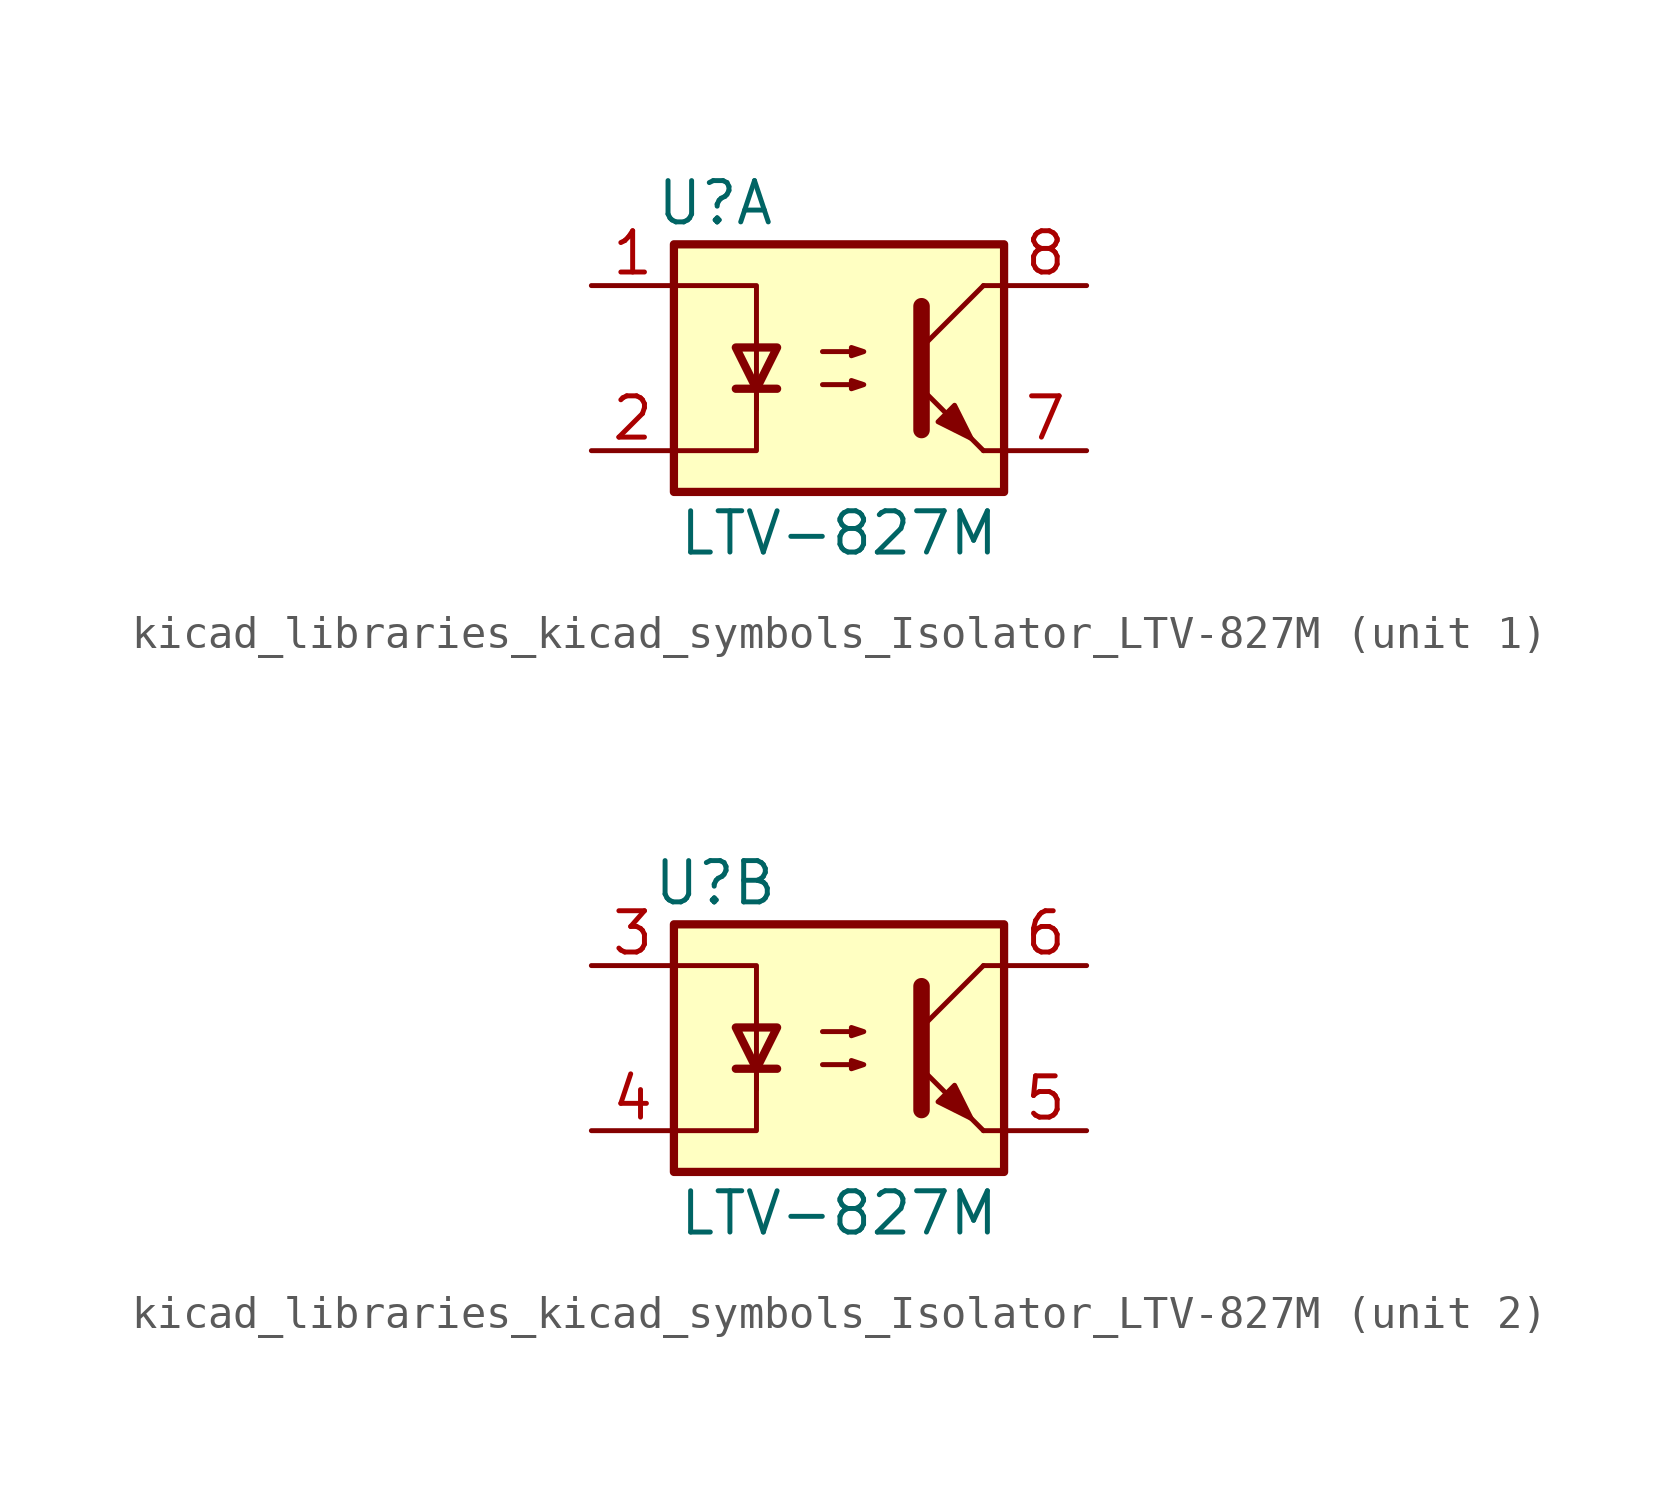
<source format=kicad_sym>
(kicad_symbol_lib
  (version 20220914)
  (generator kicad_symbol_editor)
  (symbol "kicad_libraries_kicad_symbols_Isolator_LTV-827M"
    (pin_names
      (offset 1.016))
    (property "Reference" "U"
      (at -3.81 5.08 0)
      (effects (font (size 1.27 1.27))))
    (property "Value" "LTV-827M"
      (at 0 -5.08 0)
      (effects (font (size 1.27 1.27))))
    (symbol "kicad_libraries_kicad_symbols_Isolator_LTV-827M_0_1"
      (rectangle (start -5.08 3.81) (end 5.08 -3.81) (stroke (width 0.254) (type default)) (fill (type background)))
      (polyline (pts (xy -3.175 -0.635) (xy -1.905 -0.635)) (stroke (width 0.254) (type default)) (fill (type none)))
      (polyline (pts (xy 2.54 0.635) (xy 4.445 2.54)) (stroke (width 0) (type default)) (fill (type none)))
      (polyline (pts (xy 4.445 -2.54) (xy 2.54 -0.635)) (stroke (width 0) (type default)) (fill (type outline)))
      (polyline (pts (xy 4.445 -2.54) (xy 5.08 -2.54)) (stroke (width 0) (type default)) (fill (type none)))
      (polyline (pts (xy 4.445 2.54) (xy 5.08 2.54)) (stroke (width 0) (type default)) (fill (type none)))
      (polyline (pts (xy -2.54 -0.635) (xy -2.54 -2.54) (xy -5.08 -2.54)) (stroke (width 0) (type default)) (fill (type none)))
      (polyline (pts (xy 2.54 1.905) (xy 2.54 -1.905) (xy 2.54 -1.905)) (stroke (width 0.508) (type default)) (fill (type none)))
      (polyline (pts (xy -5.08 2.54) (xy -2.54 2.54) (xy -2.54 -1.27) (xy -2.54 0.635)) (stroke (width 0) (type default)) (fill (type none)))
      (polyline (pts (xy -2.54 -0.635) (xy -3.175 0.635) (xy -1.905 0.635) (xy -2.54 -0.635)) (stroke (width 0.254) (type default)) (fill (type none)))
      (polyline (pts (xy -0.508 -0.508) (xy 0.762 -0.508) (xy 0.381 -0.635) (xy 0.381 -0.381) (xy 0.762 -0.508)) (stroke (width 0) (type default)) (fill (type none)))
      (polyline (pts (xy -0.508 0.508) (xy 0.762 0.508) (xy 0.381 0.381) (xy 0.381 0.635) (xy 0.762 0.508)) (stroke (width 0) (type default)) (fill (type none)))
      (polyline (pts (xy 3.048 -1.651) (xy 3.556 -1.143) (xy 4.064 -2.159) (xy 3.048 -1.651) (xy 3.048 -1.651)) (stroke (width 0) (type default)) (fill (type outline))))
    (symbol "kicad_libraries_kicad_symbols_Isolator_LTV-827M_1_1"
      (pin passive line (at -7.62 2.54 0) (length 2.54) (name "~" (effects (font (size 1.27 1.27)))) (number "1" (effects (font (size 1.27 1.27)))))
      (pin passive line (at -7.62 -2.54 0) (length 2.54) (name "~" (effects (font (size 1.27 1.27)))) (number "2" (effects (font (size 1.27 1.27)))))
      (pin passive line (at 7.62 -2.54 180) (length 2.54) (name "~" (effects (font (size 1.27 1.27)))) (number "7" (effects (font (size 1.27 1.27)))))
      (pin passive line (at 7.62 2.54 180) (length 2.54) (name "~" (effects (font (size 1.27 1.27)))) (number "8" (effects (font (size 1.27 1.27))))))
    (symbol "kicad_libraries_kicad_symbols_Isolator_LTV-827M_2_1"
      (pin passive line (at -7.62 2.54 0) (length 2.54) (name "~" (effects (font (size 1.27 1.27)))) (number "3" (effects (font (size 1.27 1.27)))))
      (pin passive line (at -7.62 -2.54 0) (length 2.54) (name "~" (effects (font (size 1.27 1.27)))) (number "4" (effects (font (size 1.27 1.27)))))
      (pin passive line (at 7.62 -2.54 180) (length 2.54) (name "~" (effects (font (size 1.27 1.27)))) (number "5" (effects (font (size 1.27 1.27)))))
      (pin passive line (at 7.62 2.54 180) (length 2.54) (name "~" (effects (font (size 1.27 1.27)))) (number "6" (effects (font (size 1.27 1.27))))))))
</source>
